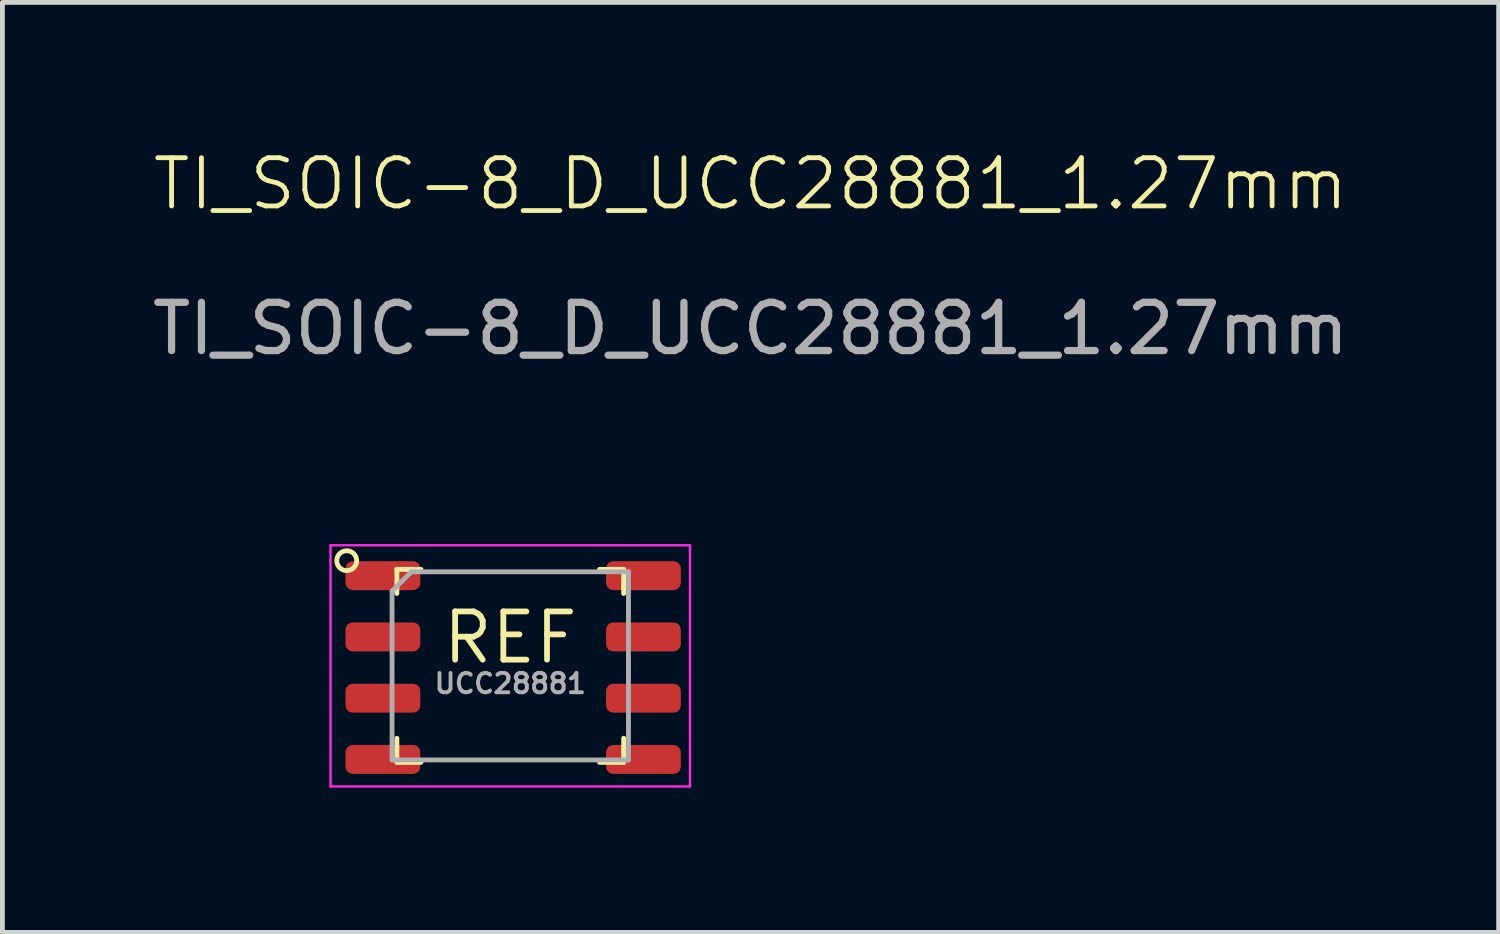
<source format=kicad_pcb>
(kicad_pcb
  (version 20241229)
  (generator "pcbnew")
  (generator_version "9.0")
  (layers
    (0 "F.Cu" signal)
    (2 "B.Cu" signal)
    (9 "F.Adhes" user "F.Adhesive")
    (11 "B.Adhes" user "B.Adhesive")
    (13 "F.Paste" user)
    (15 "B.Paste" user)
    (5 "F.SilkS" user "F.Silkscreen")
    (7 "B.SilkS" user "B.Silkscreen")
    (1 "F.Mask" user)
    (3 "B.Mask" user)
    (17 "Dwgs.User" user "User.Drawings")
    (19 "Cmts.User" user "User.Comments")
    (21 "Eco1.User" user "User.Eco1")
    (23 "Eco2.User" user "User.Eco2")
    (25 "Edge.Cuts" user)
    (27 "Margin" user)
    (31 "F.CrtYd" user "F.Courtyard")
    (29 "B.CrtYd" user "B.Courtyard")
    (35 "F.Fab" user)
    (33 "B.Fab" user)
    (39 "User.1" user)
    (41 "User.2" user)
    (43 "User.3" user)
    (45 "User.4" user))
  (footprint "TI_SOIC-8_D_UCC28881_1.27mm"
    (layer "F.Cu")
    (at 7.526 10.751)
    (property "Reference" "TI_SOIC-8_D_UCC28881_1.27mm" (at 4.98 -9.99 0) (unlocked yes) (layer "F.SilkS") (effects (font (size 1 1) (thickness 0.1))))
    (attr smd)
    (fp_line (start -2.35 -2) (end -1.85 -2) (stroke (width 0.1) (type default)) (layer "F.SilkS"))
    (fp_line (start -2.35 -1.5) (end -2.35 -2) (stroke (width 0.1) (type default)) (layer "F.SilkS"))
    (fp_line (start -2.35 2) (end -2.35 1.5) (stroke (width 0.1) (type default)) (layer "F.SilkS"))
    (fp_line (start -2.35 2) (end -1.85 2) (stroke (width 0.1) (type default)) (layer "F.SilkS"))
    (fp_line (start 1.85 -2) (end 2.35 -2) (stroke (width 0.1) (type default)) (layer "F.SilkS"))
    (fp_line (start 2.35 -1.5) (end 2.35 -2) (stroke (width 0.1) (type default)) (layer "F.SilkS"))
    (fp_line (start 2.35 2) (end 1.85 2) (stroke (width 0.1) (type default)) (layer "F.SilkS"))
    (fp_line (start 2.35 2) (end 2.35 1.5) (stroke (width 0.1) (type default)) (layer "F.SilkS"))
    (fp_circle (center -3.39 -2.18) (end -3.19 -2.13) (stroke (width 0.1) (type default)) (fill no) (layer "F.SilkS"))
    (fp_line (start -3.725 -2.5) (end -3.725 2.5) (stroke (width 0.05) (type default)) (layer "F.CrtYd"))
    (fp_line (start -3.725 2.5) (end 3.725 2.5) (stroke (width 0.05) (type default)) (layer "F.CrtYd"))
    (fp_line (start 3.725 -2.5) (end -3.725 -2.5) (stroke (width 0.05) (type default)) (layer "F.CrtYd"))
    (fp_line (start 3.725 2.5) (end 3.725 -2.5) (stroke (width 0.05) (type default)) (layer "F.CrtYd"))
    (fp_line (start -2.45 1.95) (end -2.45 -1.55) (stroke (width 0.1) (type default)) (layer "F.Fab"))
    (fp_line (start -2.05 -1.95) (end -2.45 -1.55) (stroke (width 0.1) (type default)) (layer "F.Fab"))
    (fp_line (start -2.05 -1.95) (end 2.45 -1.95) (stroke (width 0.1) (type default)) (layer "F.Fab"))
    (fp_line (start 2.45 -1.95) (end 2.45 1.95) (stroke (width 0.1) (type default)) (layer "F.Fab"))
    (fp_line (start 2.45 1.95) (end -2.45 1.95) (stroke (width 0.1) (type default)) (layer "F.Fab"))
    (fp_text user "REF" (at 0 0 0) (unlocked yes) (layer "F.SilkS") (effects (font (size 1 1) (thickness 0.12)) (justify bottom)))
    (fp_text user "${REFERENCE}" (at 4.98 -6.99 0) (unlocked yes) (layer "F.Fab") (effects (font (size 1 1) (thickness 0.15))))
    (fp_text user "UCC28881" (at 0 0.6 0) (unlocked yes) (layer "F.Fab") (effects (font (size 0.4 0.4) (thickness 0.08)) (justify bottom)))
    (pad "1" smd roundrect (at -2.64 -1.87) (size 1.55 0.6) (layers "F.Cu" "F.Mask" "F.Paste") (roundrect_rratio 0.25))
    (pad "2" smd roundrect (at -2.64 -0.6) (size 1.55 0.6) (layers "F.Cu" "F.Mask" "F.Paste") (roundrect_rratio 0.25))
    (pad "3" smd roundrect (at -2.64 0.67) (size 1.55 0.6) (layers "F.Cu" "F.Mask" "F.Paste") (roundrect_rratio 0.25))
    (pad "4" smd roundrect (at -2.64 1.94) (size 1.55 0.6) (layers "F.Cu" "F.Mask" "F.Paste") (roundrect_rratio 0.25))
    (pad "5" smd roundrect (at 2.76 1.94) (size 1.55 0.6) (layers "F.Cu" "F.Mask" "F.Paste") (roundrect_rratio 0.25))
    (pad "6" smd roundrect (at 2.76 0.67) (size 1.55 0.6) (layers "F.Cu" "F.Mask" "F.Paste") (roundrect_rratio 0.25))
    (pad "7" smd roundrect (at 2.76 -0.6) (size 1.55 0.6) (layers "F.Cu" "F.Mask" "F.Paste") (roundrect_rratio 0.25))
    (pad "8" smd roundrect (at 2.76 -1.87) (size 1.55 0.6) (layers "F.Cu" "F.Mask" "F.Paste") (roundrect_rratio 0.25)))
  (gr_rect
    (start -3 -3)
    (end 28.012 16.276)
    (stroke (width 0.1) (type default))
    (fill no)
    (layer "Edge.Cuts")))
</source>
